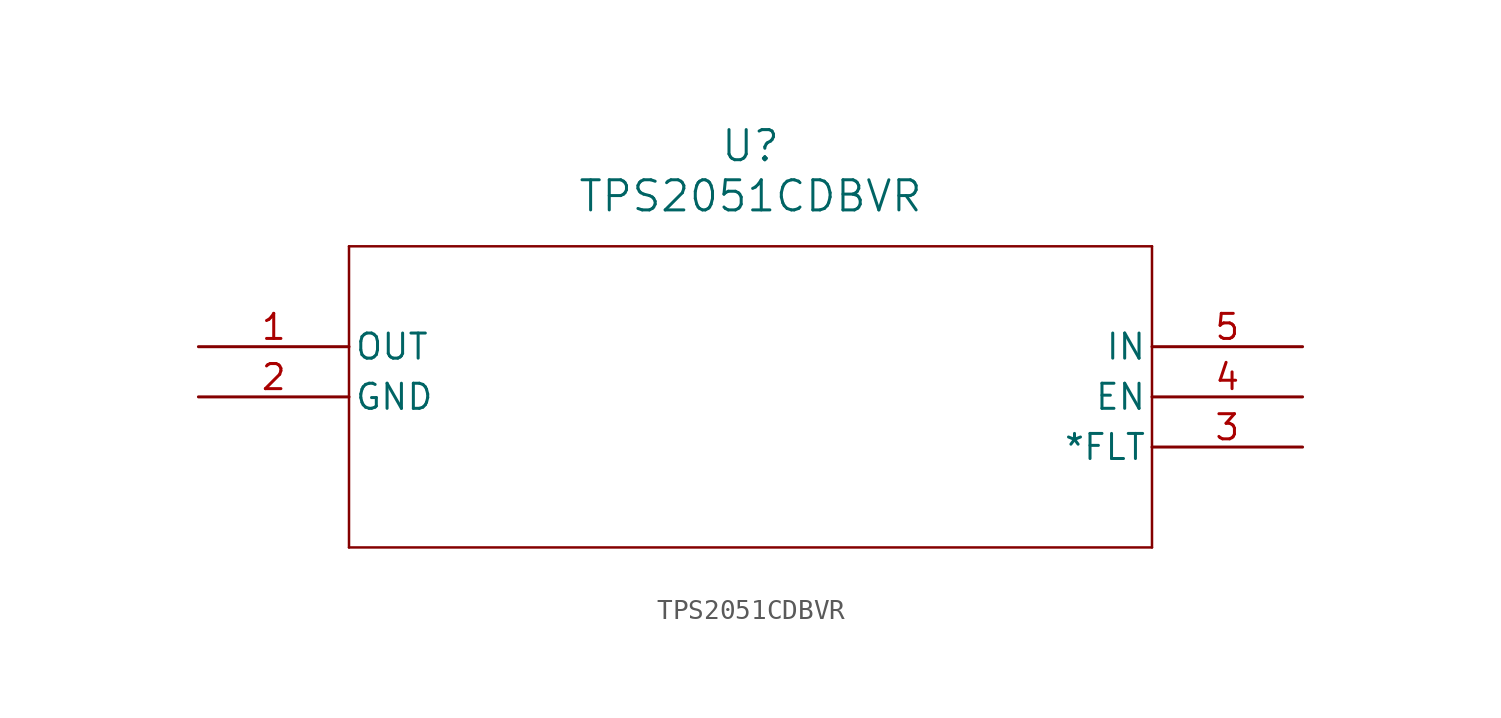
<source format=kicad_sym>
(kicad_symbol_lib
  (version 20211014)
  (generator kicad_symbol_editor)
  (symbol "TPS2051CDBVR"
    (pin_names
      (offset 0.254))
    (property "Reference" "U"
      (at 27.94 10.16 0)
      (effects (font (size 1.524 1.524))))
    (property "Value" "TPS2051CDBVR"
      (at 27.94 7.62 0)
      (effects (font (size 1.524 1.524))))
    (symbol "TPS2051CDBVR_0_1"
      (polyline (pts (xy 7.62 5.08) (xy 7.62 -10.16)) (stroke (width 0.127) (type default) (color 0 0 0 0)) (fill (type none)))
      (polyline (pts (xy 7.62 -10.16) (xy 48.26 -10.16)) (stroke (width 0.127) (type default) (color 0 0 0 0)) (fill (type none)))
      (polyline (pts (xy 48.26 -10.16) (xy 48.26 5.08)) (stroke (width 0.127) (type default) (color 0 0 0 0)) (fill (type none)))
      (polyline (pts (xy 48.26 5.08) (xy 7.62 5.08)) (stroke (width 0.127) (type default) (color 0 0 0 0)) (fill (type none)))
      (pin output line (at 0 0 0) (length 7.62) (name "OUT" (effects (font (size 1.27 1.27)))) (number "1" (effects (font (size 1.27 1.27)))))
      (pin power_in line (at 0 -2.54 0) (length 7.62) (name "GND" (effects (font (size 1.27 1.27)))) (number "2" (effects (font (size 1.27 1.27)))))
      (pin input line (at 55.88 -5.08 180) (length 7.62) (name "*FLT" (effects (font (size 1.27 1.27)))) (number "3" (effects (font (size 1.27 1.27)))))
      (pin input line (at 55.88 -2.54 180) (length 7.62) (name "EN" (effects (font (size 1.27 1.27)))) (number "4" (effects (font (size 1.27 1.27)))))
      (pin input line (at 55.88 0 180) (length 7.62) (name "IN" (effects (font (size 1.27 1.27)))) (number "5" (effects (font (size 1.27 1.27))))))))
</source>
